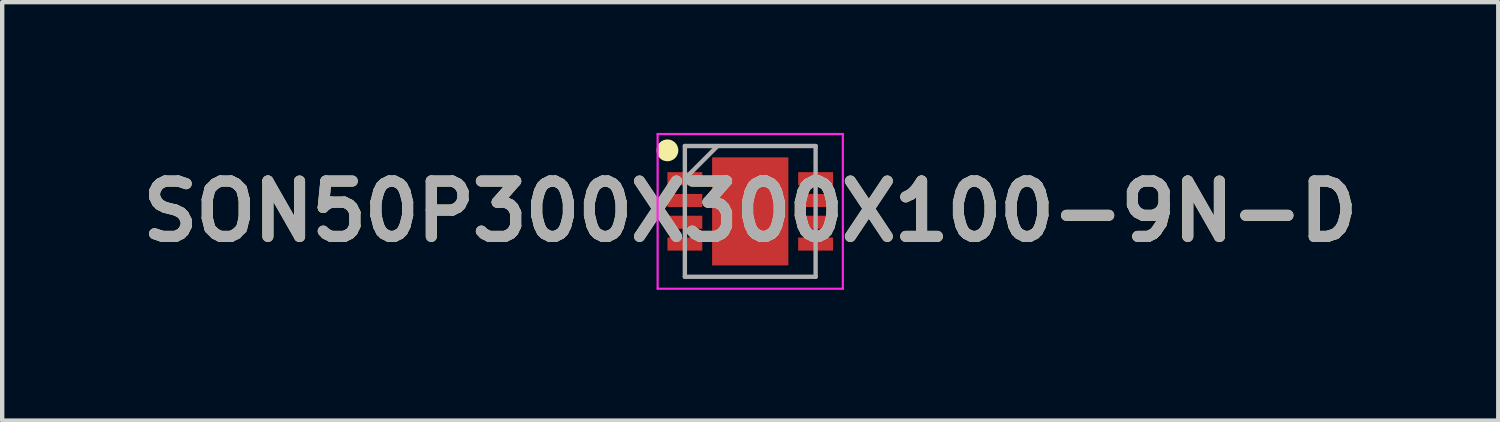
<source format=kicad_pcb>
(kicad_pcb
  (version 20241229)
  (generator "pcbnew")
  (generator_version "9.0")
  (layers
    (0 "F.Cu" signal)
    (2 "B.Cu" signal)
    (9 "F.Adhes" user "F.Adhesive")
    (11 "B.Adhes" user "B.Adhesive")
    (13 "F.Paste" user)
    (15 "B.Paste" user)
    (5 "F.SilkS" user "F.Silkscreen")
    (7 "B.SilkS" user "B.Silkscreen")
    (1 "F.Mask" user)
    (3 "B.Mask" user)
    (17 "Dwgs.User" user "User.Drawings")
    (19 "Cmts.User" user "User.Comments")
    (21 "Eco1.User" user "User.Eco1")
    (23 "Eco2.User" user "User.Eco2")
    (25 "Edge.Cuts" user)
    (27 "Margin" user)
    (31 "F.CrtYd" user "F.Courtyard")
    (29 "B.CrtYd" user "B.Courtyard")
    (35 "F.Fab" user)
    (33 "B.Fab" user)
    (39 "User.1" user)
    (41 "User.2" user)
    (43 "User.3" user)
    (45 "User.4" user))
  (footprint "SON50P300X300X100-9N-D"
    (layer "F.Cu")
    (at 14.164 1.8)
    (property "Reference" "SON50P300X300X100-9N-D" (at 0 0 0) (layer "F.SilkS") (effects (font (size 1.27 1.27) (thickness 0.254))))
    (attr smd)
    (fp_circle (center -1.9 -1.4) (end -1.9 -1.275) (stroke (width 0.25) (type solid)) (fill no) (layer "F.SilkS"))
    (fp_line (start -2.125 -1.775) (end 2.125 -1.775) (stroke (width 0.05) (type solid)) (layer "F.CrtYd"))
    (fp_line (start -2.125 1.775) (end -2.125 -1.775) (stroke (width 0.05) (type solid)) (layer "F.CrtYd"))
    (fp_line (start 2.125 -1.775) (end 2.125 1.775) (stroke (width 0.05) (type solid)) (layer "F.CrtYd"))
    (fp_line (start 2.125 1.775) (end -2.125 1.775) (stroke (width 0.05) (type solid)) (layer "F.CrtYd"))
    (fp_line (start -1.5 -1.5) (end 1.5 -1.5) (stroke (width 0.1) (type solid)) (layer "F.Fab"))
    (fp_line (start -1.5 -0.75) (end -0.75 -1.5) (stroke (width 0.1) (type solid)) (layer "F.Fab"))
    (fp_line (start -1.5 1.5) (end -1.5 -1.5) (stroke (width 0.1) (type solid)) (layer "F.Fab"))
    (fp_line (start 1.5 -1.5) (end 1.5 1.5) (stroke (width 0.1) (type solid)) (layer "F.Fab"))
    (fp_line (start 1.5 1.5) (end -1.5 1.5) (stroke (width 0.1) (type solid)) (layer "F.Fab"))
    (fp_text user "${REFERENCE}" (at 0 0 0) (layer "F.Fab") (effects (font (size 1.27 1.27) (thickness 0.254))))
    (pad "1" smd rect (at -1.5 -0.75 90) (size 0.3 0.8) (layers "F.Cu" "F.Mask" "F.Paste"))
    (pad "2" smd rect (at -1.5 -0.25 90) (size 0.3 0.8) (layers "F.Cu" "F.Mask" "F.Paste"))
    (pad "3" smd rect (at -1.5 0.25 90) (size 0.3 0.8) (layers "F.Cu" "F.Mask" "F.Paste"))
    (pad "4" smd rect (at -1.5 0.75 90) (size 0.3 0.8) (layers "F.Cu" "F.Mask" "F.Paste"))
    (pad "5" smd rect (at 1.5 0.75 90) (size 0.3 0.8) (layers "F.Cu" "F.Mask" "F.Paste"))
    (pad "6" smd rect (at 1.5 0.25 90) (size 0.3 0.8) (layers "F.Cu" "F.Mask" "F.Paste"))
    (pad "7" smd rect (at 1.5 -0.25 90) (size 0.3 0.8) (layers "F.Cu" "F.Mask" "F.Paste"))
    (pad "8" smd rect (at 1.5 -0.75 90) (size 0.3 0.8) (layers "F.Cu" "F.Mask" "F.Paste"))
    (pad "9" smd rect (at 0 0) (size 1.75 2.48) (layers "F.Cu" "F.Mask" "F.Paste")))
  (gr_rect
    (start -3 -3)
    (end 31.327 6.6)
    (stroke (width 0.1) (type default))
    (fill no)
    (layer "Edge.Cuts")))
</source>
